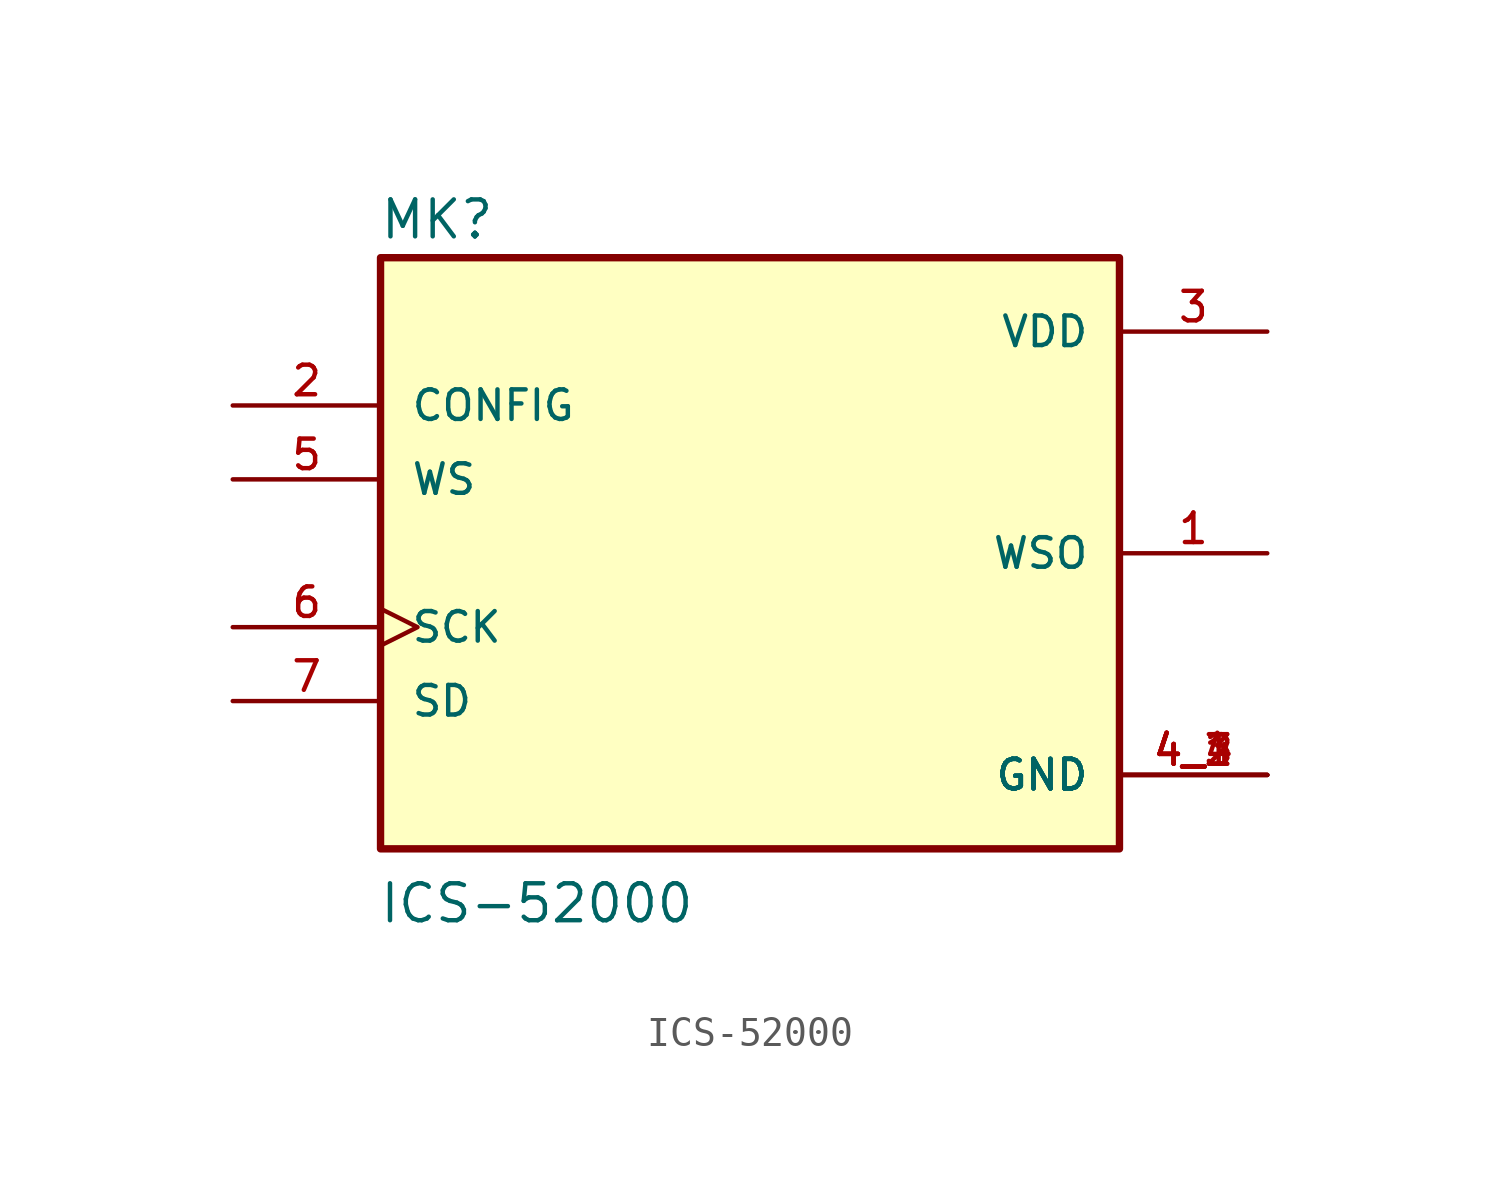
<source format=kicad_sym>
(kicad_symbol_lib
  (version 20211014)
  (generator kicad_symbol_editor)
  (symbol "ICS-52000"
    (pin_names
      (offset 1.016))
    (property "Reference" "MK"
      (at -12.761 10.731 0)
      (effects (font (size 1.27 1.27)) (justify bottom left)))
    (property "Value" "ICS-52000"
      (at -12.777 -12.777 0)
      (effects (font (size 1.27 1.27)) (justify bottom left)))
    (symbol "ICS-52000_0_0"
      (rectangle (start -12.7 -10.16) (end 12.7 10.16) (stroke (width 0.254)) (fill (type background)))
      (pin input line (at -17.78 5.08 0) (length 5.08) (name "CONFIG" (effects (font (size 1.016 1.016)))) (number "2" (effects (font (size 1.016 1.016)))))
      (pin power_in line (at 17.78 7.62 180.0) (length 5.08) (name "VDD" (effects (font (size 1.016 1.016)))) (number "3" (effects (font (size 1.016 1.016)))))
      (pin input line (at -17.78 2.54 0) (length 5.08) (name "WS" (effects (font (size 1.016 1.016)))) (number "5" (effects (font (size 1.016 1.016)))))
      (pin output line (at -17.78 -5.08 0) (length 5.08) (name "SD" (effects (font (size 1.016 1.016)))) (number "7" (effects (font (size 1.016 1.016)))))
      (pin input clock (at -17.78 -2.54 0) (length 5.08) (name "SCK" (effects (font (size 1.016 1.016)))) (number "6" (effects (font (size 1.016 1.016)))))
      (pin output line (at 17.78 0.0 180.0) (length 5.08) (name "WSO" (effects (font (size 1.016 1.016)))) (number "1" (effects (font (size 1.016 1.016)))))
      (pin power_in line (at 17.78 -7.62 180.0) (length 5.08) (name "GND" (effects (font (size 1.016 1.016)))) (number "4_1" (effects (font (size 1.016 1.016)))))
      (pin power_in line (at 17.78 -7.62 180.0) (length 5.08) (name "GND" (effects (font (size 1.016 1.016)))) (number "4_2" (effects (font (size 1.016 1.016)))))
      (pin power_in line (at 17.78 -7.62 180.0) (length 5.08) (name "GND" (effects (font (size 1.016 1.016)))) (number "4_3" (effects (font (size 1.016 1.016)))))
      (pin power_in line (at 17.78 -7.62 180.0) (length 5.08) (name "GND" (effects (font (size 1.016 1.016)))) (number "4_4" (effects (font (size 1.016 1.016))))))))
</source>
